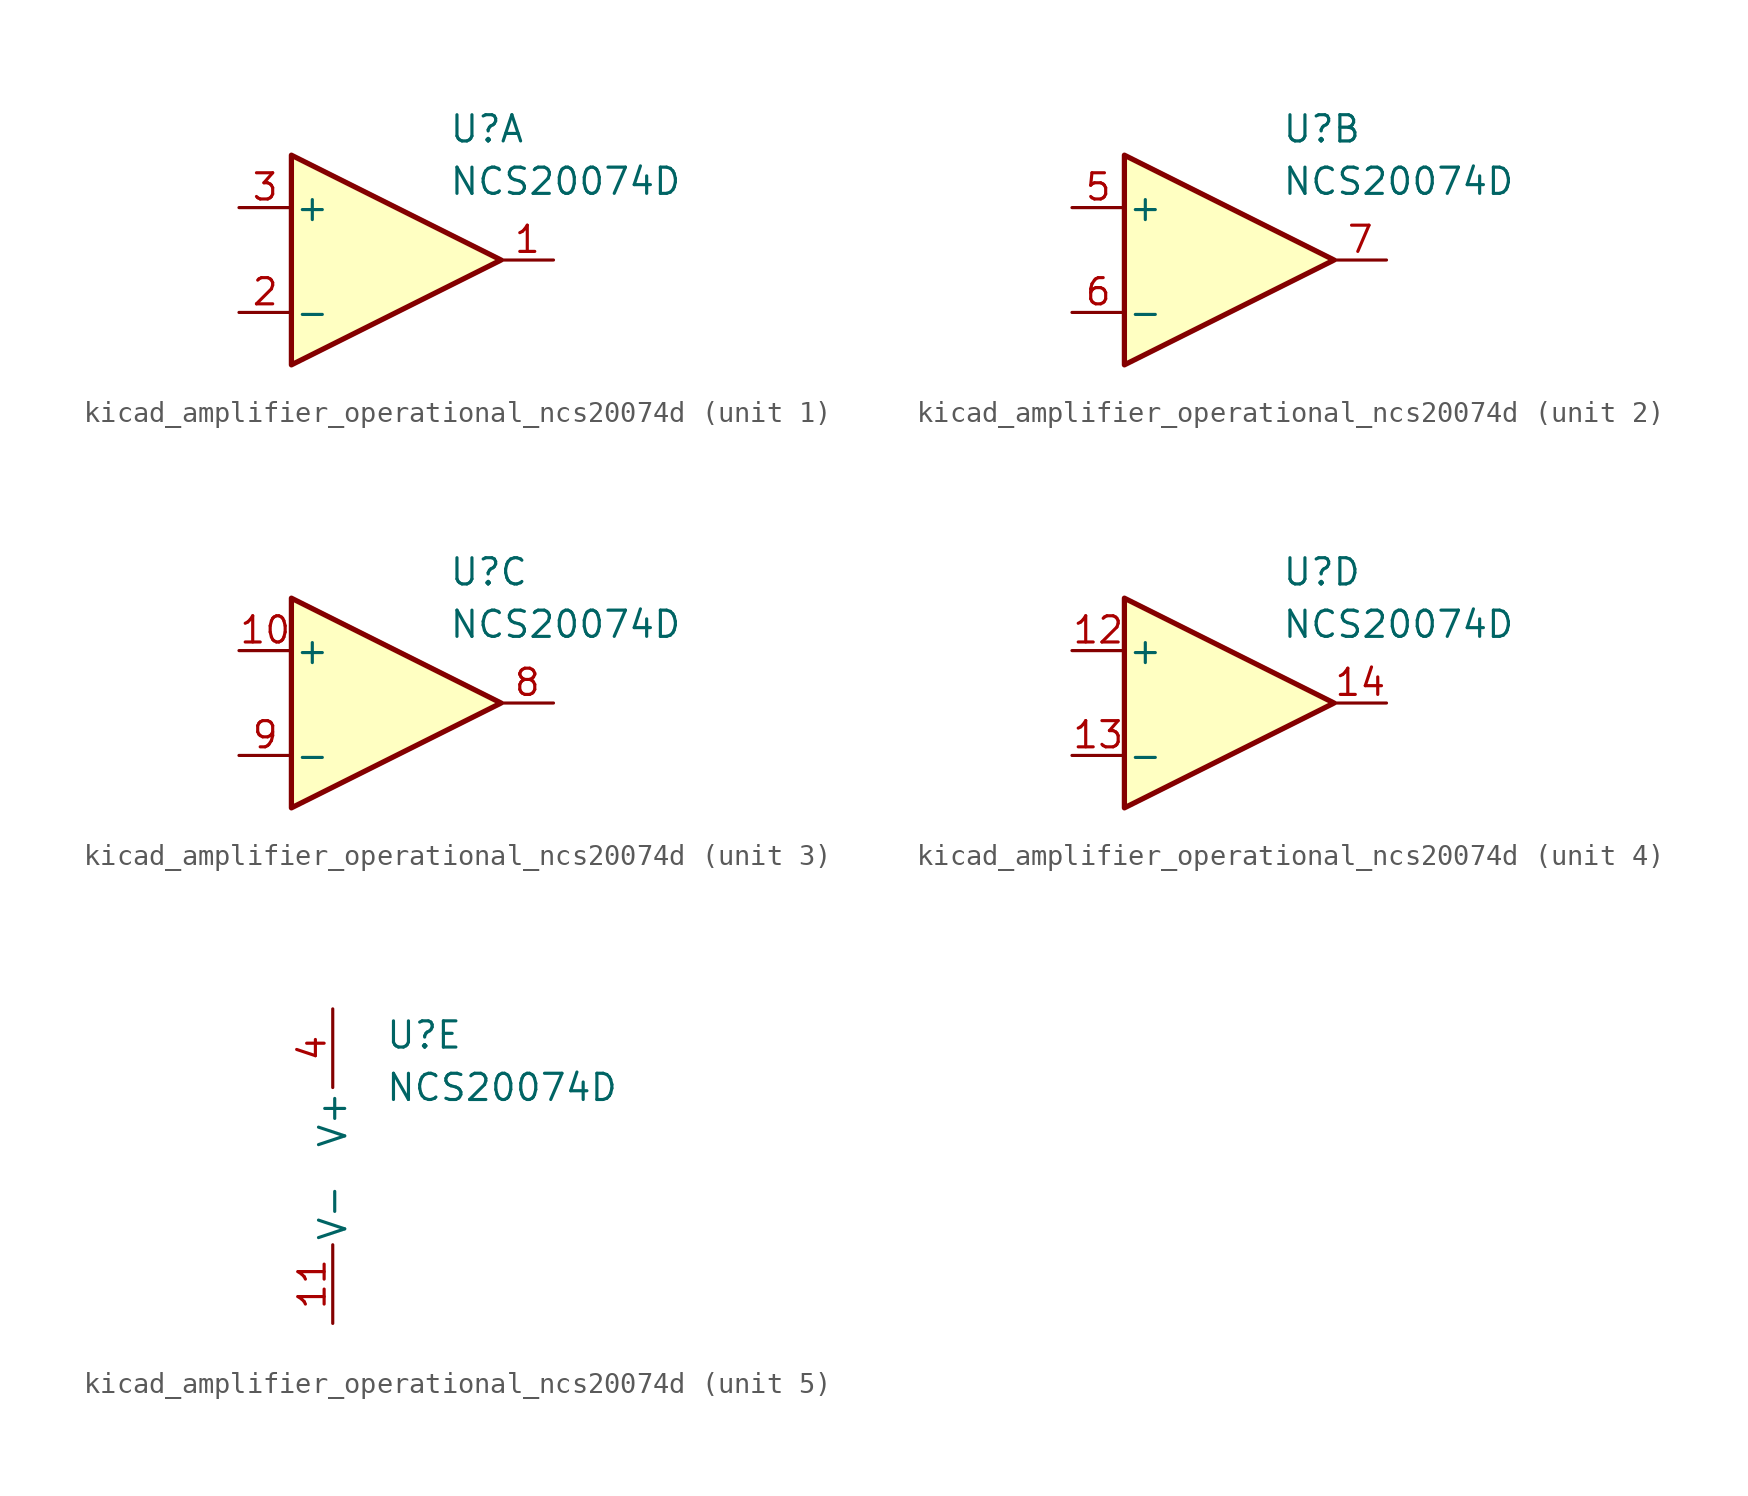
<source format=kicad_sym>
(kicad_symbol_lib
  (version 20220914)
  (generator kicad_symbol_editor)
  (symbol "kicad_amplifier_operational_ncs20074d"
    (pin_names
      (offset 0.127))
    (property "Reference" "U"
      (at 2.54 6.35 0)
      (effects (font (size 1.27 1.27)) (justify left)))
    (property "Value" "NCS20074D"
      (at 2.54 3.81 0)
      (effects (font (size 1.27 1.27)) (justify left)))
    (property "ki_locked" ""
      (at 0 0 0)
      (effects (font (size 1.27 1.27))))
    (symbol "kicad_amplifier_operational_ncs20074d_1_1"
      (polyline (pts (xy 5.08 0) (xy -5.08 5.08) (xy -5.08 -5.08) (xy 5.08 0)) (stroke (width 0.254) (type default)) (fill (type background)))
      (pin output line (at 7.62 0 180) (length 2.54) (name "~" (effects (font (size 1.27 1.27)))) (number "1" (effects (font (size 1.27 1.27)))))
      (pin input line (at -7.62 -2.54 0) (length 2.54) (name "-" (effects (font (size 1.27 1.27)))) (number "2" (effects (font (size 1.27 1.27)))))
      (pin input line (at -7.62 2.54 0) (length 2.54) (name "+" (effects (font (size 1.27 1.27)))) (number "3" (effects (font (size 1.27 1.27))))))
    (symbol "kicad_amplifier_operational_ncs20074d_2_1"
      (polyline (pts (xy -5.08 5.08) (xy -5.08 -5.08) (xy 5.08 0) (xy -5.08 5.08)) (stroke (width 0.254) (type default)) (fill (type background)))
      (pin input line (at -7.62 2.54 0) (length 2.54) (name "+" (effects (font (size 1.27 1.27)))) (number "5" (effects (font (size 1.27 1.27)))))
      (pin input line (at -7.62 -2.54 0) (length 2.54) (name "-" (effects (font (size 1.27 1.27)))) (number "6" (effects (font (size 1.27 1.27)))))
      (pin output line (at 7.62 0 180) (length 2.54) (name "~" (effects (font (size 1.27 1.27)))) (number "7" (effects (font (size 1.27 1.27))))))
    (symbol "kicad_amplifier_operational_ncs20074d_3_1"
      (polyline (pts (xy 5.08 0) (xy -5.08 5.08) (xy -5.08 -5.08) (xy 5.08 0)) (stroke (width 0.254) (type default)) (fill (type background)))
      (pin input line (at -7.62 2.54 0) (length 2.54) (name "+" (effects (font (size 1.27 1.27)))) (number "10" (effects (font (size 1.27 1.27)))))
      (pin output line (at 7.62 0 180) (length 2.54) (name "~" (effects (font (size 1.27 1.27)))) (number "8" (effects (font (size 1.27 1.27)))))
      (pin input line (at -7.62 -2.54 0) (length 2.54) (name "-" (effects (font (size 1.27 1.27)))) (number "9" (effects (font (size 1.27 1.27))))))
    (symbol "kicad_amplifier_operational_ncs20074d_4_1"
      (polyline (pts (xy -5.08 5.08) (xy 5.08 0) (xy -5.08 -5.08) (xy -5.08 5.08)) (stroke (width 0.254) (type default)) (fill (type background)))
      (pin input line (at -7.62 2.54 0) (length 2.54) (name "+" (effects (font (size 1.27 1.27)))) (number "12" (effects (font (size 1.27 1.27)))))
      (pin input line (at -7.62 -2.54 0) (length 2.54) (name "-" (effects (font (size 1.27 1.27)))) (number "13" (effects (font (size 1.27 1.27)))))
      (pin output line (at 7.62 0 180) (length 2.54) (name "~" (effects (font (size 1.27 1.27)))) (number "14" (effects (font (size 1.27 1.27))))))
    (symbol "kicad_amplifier_operational_ncs20074d_5_1"
      (pin power_in line (at 0 -7.62 90) (length 3.81) (name "V-" (effects (font (size 1.27 1.27)))) (number "11" (effects (font (size 1.27 1.27)))))
      (pin power_in line (at 0 7.62 270) (length 3.81) (name "V+" (effects (font (size 1.27 1.27)))) (number "4" (effects (font (size 1.27 1.27))))))))
</source>
